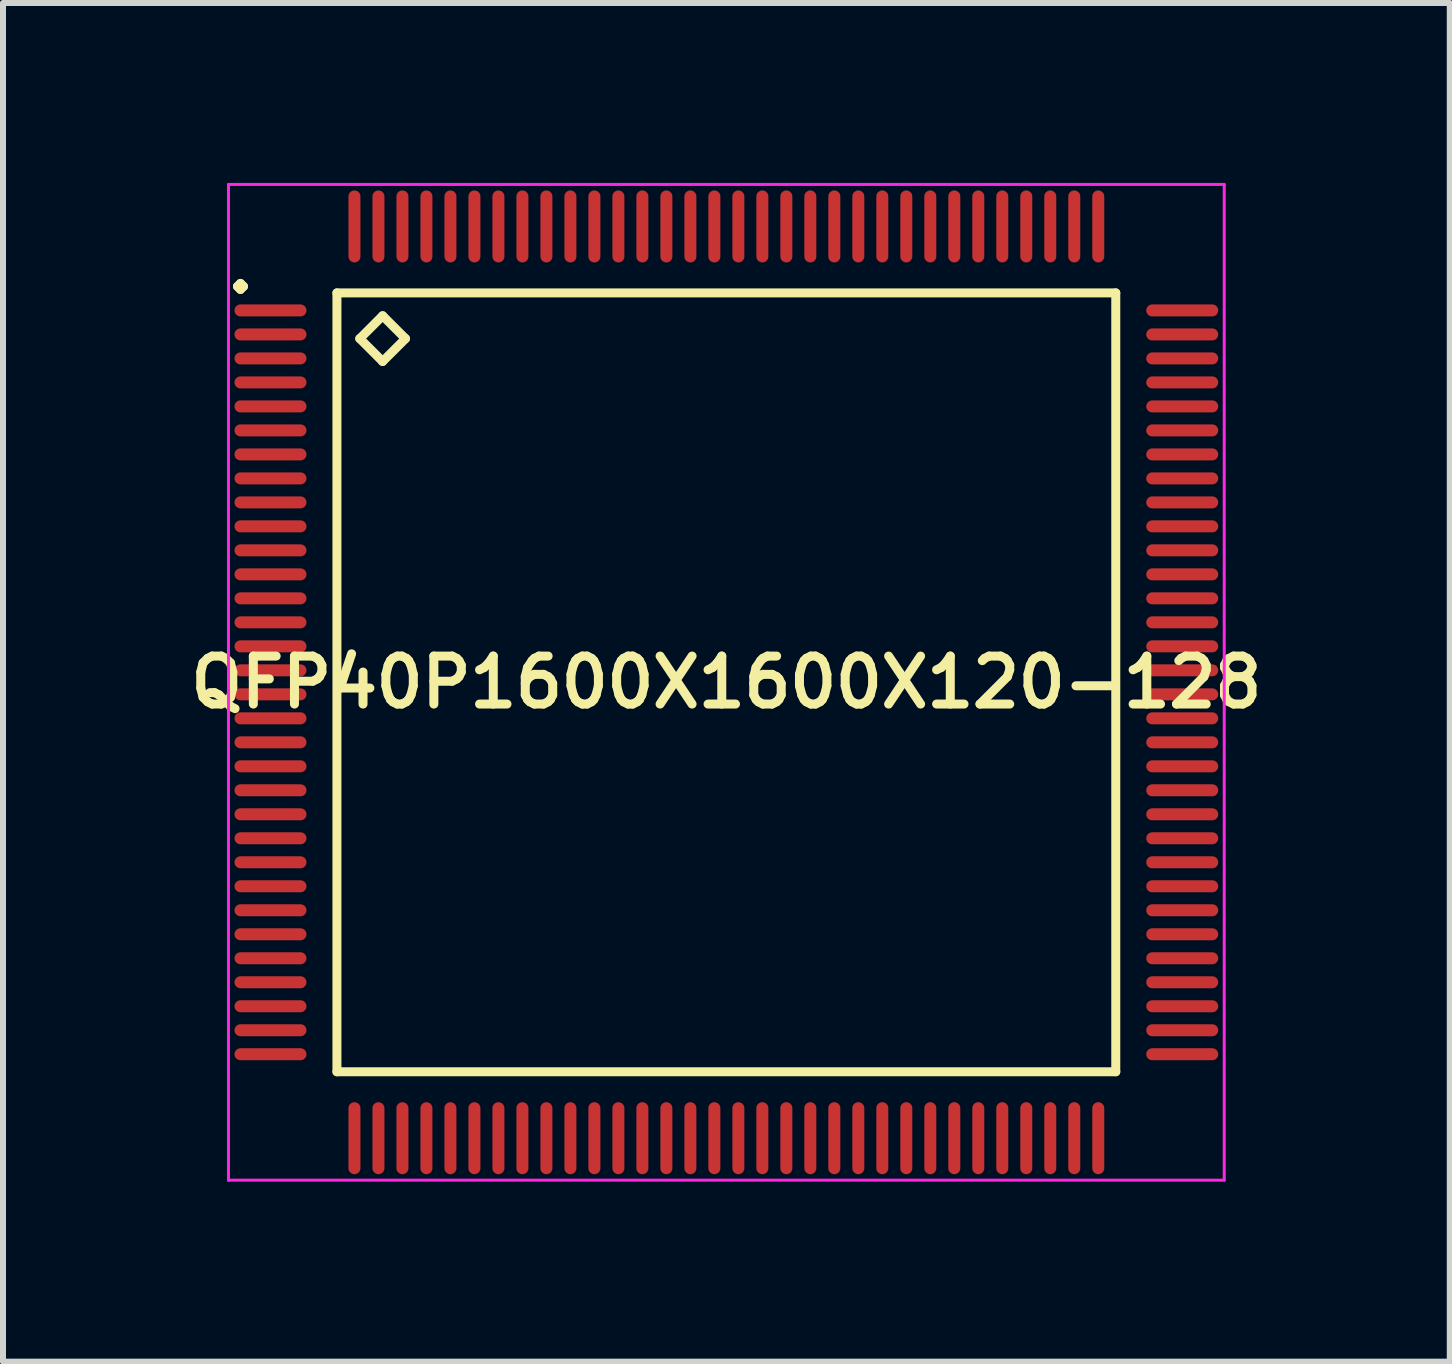
<source format=kicad_pcb>
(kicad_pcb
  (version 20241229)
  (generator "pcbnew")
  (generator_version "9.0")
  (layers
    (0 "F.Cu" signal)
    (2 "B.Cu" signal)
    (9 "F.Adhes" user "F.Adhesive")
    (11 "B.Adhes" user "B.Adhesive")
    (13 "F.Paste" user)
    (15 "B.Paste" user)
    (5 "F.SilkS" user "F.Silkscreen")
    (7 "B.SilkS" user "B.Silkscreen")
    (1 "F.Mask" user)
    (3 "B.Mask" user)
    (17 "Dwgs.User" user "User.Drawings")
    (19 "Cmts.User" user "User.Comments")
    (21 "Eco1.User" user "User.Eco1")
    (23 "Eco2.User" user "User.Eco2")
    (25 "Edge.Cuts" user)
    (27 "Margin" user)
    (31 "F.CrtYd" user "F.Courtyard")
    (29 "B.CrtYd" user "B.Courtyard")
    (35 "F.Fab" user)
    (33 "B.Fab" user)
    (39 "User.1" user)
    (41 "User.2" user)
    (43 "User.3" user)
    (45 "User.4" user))
  (footprint "QFP40P1600X1600X120-128"
    (layer "F.Cu")
    (at 9.059 8.325)
    (property "Reference" "QFP40P1600X1600X120-128" (at 0 0 0) (layer "F.SilkS") (effects (font (size 0.8 0.8) (thickness 0.15))))
    (attr smd)
    (fp_line (start -8.15 -6.6) (end -8.1 -6.65) (stroke (width 0.15) (type solid)) (layer "F.SilkS"))
    (fp_line (start -8.1 -6.65) (end -8.05 -6.6) (stroke (width 0.15) (type solid)) (layer "F.SilkS"))
    (fp_line (start -8.1 -6.55) (end -8.15 -6.6) (stroke (width 0.15) (type solid)) (layer "F.SilkS"))
    (fp_line (start -8.05 -6.6) (end -8.1 -6.55) (stroke (width 0.15) (type solid)) (layer "F.SilkS"))
    (fp_line (start -6.492 -6.492) (end -6.492 6.492) (stroke (width 0.15) (type solid)) (layer "F.SilkS"))
    (fp_line (start -6.492 6.492) (end 6.492 6.492) (stroke (width 0.15) (type solid)) (layer "F.SilkS"))
    (fp_line (start -6.111 -5.73) (end -5.73 -6.111) (stroke (width 0.15) (type solid)) (layer "F.SilkS"))
    (fp_line (start -5.73 -6.111) (end -5.349 -5.73) (stroke (width 0.15) (type solid)) (layer "F.SilkS"))
    (fp_line (start -5.73 -5.349) (end -6.111 -5.73) (stroke (width 0.15) (type solid)) (layer "F.SilkS"))
    (fp_line (start -5.349 -5.73) (end -5.73 -5.349) (stroke (width 0.15) (type solid)) (layer "F.SilkS"))
    (fp_line (start 6.492 -6.492) (end -6.492 -6.492) (stroke (width 0.15) (type solid)) (layer "F.SilkS"))
    (fp_line (start 6.492 6.492) (end 6.492 -6.492) (stroke (width 0.15) (type solid)) (layer "F.SilkS"))
    (fp_line (start -8.3 -8.3) (end 8.3 -8.3) (stroke (width 0.05) (type solid)) (layer "F.CrtYd"))
    (fp_line (start -8.3 8.3) (end -8.3 -8.3) (stroke (width 0.05) (type solid)) (layer "F.CrtYd"))
    (fp_line (start 8.3 -8.3) (end 8.3 8.3) (stroke (width 0.05) (type solid)) (layer "F.CrtYd"))
    (fp_line (start 8.3 8.3) (end -8.3 8.3) (stroke (width 0.05) (type solid)) (layer "F.CrtYd"))
    (pad "1" smd oval (at -7.6 -6.2) (size 1.2 0.2) (layers "F.Cu" "F.Mask" "F.Paste"))
    (pad "2" smd oval (at -7.6 -5.8) (size 1.2 0.2) (layers "F.Cu" "F.Mask" "F.Paste"))
    (pad "3" smd oval (at -7.6 -5.4) (size 1.2 0.2) (layers "F.Cu" "F.Mask" "F.Paste"))
    (pad "4" smd oval (at -7.6 -5) (size 1.2 0.2) (layers "F.Cu" "F.Mask" "F.Paste"))
    (pad "5" smd oval (at -7.6 -4.6) (size 1.2 0.2) (layers "F.Cu" "F.Mask" "F.Paste"))
    (pad "6" smd oval (at -7.6 -4.2) (size 1.2 0.2) (layers "F.Cu" "F.Mask" "F.Paste"))
    (pad "7" smd oval (at -7.6 -3.8) (size 1.2 0.2) (layers "F.Cu" "F.Mask" "F.Paste"))
    (pad "8" smd oval (at -7.6 -3.4) (size 1.2 0.2) (layers "F.Cu" "F.Mask" "F.Paste"))
    (pad "9" smd oval (at -7.6 -3) (size 1.2 0.2) (layers "F.Cu" "F.Mask" "F.Paste"))
    (pad "10" smd oval (at -7.6 -2.6) (size 1.2 0.2) (layers "F.Cu" "F.Mask" "F.Paste"))
    (pad "11" smd oval (at -7.6 -2.2) (size 1.2 0.2) (layers "F.Cu" "F.Mask" "F.Paste"))
    (pad "12" smd oval (at -7.6 -1.8) (size 1.2 0.2) (layers "F.Cu" "F.Mask" "F.Paste"))
    (pad "13" smd oval (at -7.6 -1.4) (size 1.2 0.2) (layers "F.Cu" "F.Mask" "F.Paste"))
    (pad "14" smd oval (at -7.6 -1) (size 1.2 0.2) (layers "F.Cu" "F.Mask" "F.Paste"))
    (pad "15" smd oval (at -7.6 -0.6) (size 1.2 0.2) (layers "F.Cu" "F.Mask" "F.Paste"))
    (pad "16" smd oval (at -7.6 -0.2) (size 1.2 0.2) (layers "F.Cu" "F.Mask" "F.Paste"))
    (pad "17" smd oval (at -7.6 0.2) (size 1.2 0.2) (layers "F.Cu" "F.Mask" "F.Paste"))
    (pad "18" smd oval (at -7.6 0.6) (size 1.2 0.2) (layers "F.Cu" "F.Mask" "F.Paste"))
    (pad "19" smd oval (at -7.6 1) (size 1.2 0.2) (layers "F.Cu" "F.Mask" "F.Paste"))
    (pad "20" smd oval (at -7.6 1.4) (size 1.2 0.2) (layers "F.Cu" "F.Mask" "F.Paste"))
    (pad "21" smd oval (at -7.6 1.8) (size 1.2 0.2) (layers "F.Cu" "F.Mask" "F.Paste"))
    (pad "22" smd oval (at -7.6 2.2) (size 1.2 0.2) (layers "F.Cu" "F.Mask" "F.Paste"))
    (pad "23" smd oval (at -7.6 2.6) (size 1.2 0.2) (layers "F.Cu" "F.Mask" "F.Paste"))
    (pad "24" smd oval (at -7.6 3) (size 1.2 0.2) (layers "F.Cu" "F.Mask" "F.Paste"))
    (pad "25" smd oval (at -7.6 3.4) (size 1.2 0.2) (layers "F.Cu" "F.Mask" "F.Paste"))
    (pad "26" smd oval (at -7.6 3.8) (size 1.2 0.2) (layers "F.Cu" "F.Mask" "F.Paste"))
    (pad "27" smd oval (at -7.6 4.2) (size 1.2 0.2) (layers "F.Cu" "F.Mask" "F.Paste"))
    (pad "28" smd oval (at -7.6 4.6) (size 1.2 0.2) (layers "F.Cu" "F.Mask" "F.Paste"))
    (pad "29" smd oval (at -7.6 5) (size 1.2 0.2) (layers "F.Cu" "F.Mask" "F.Paste"))
    (pad "30" smd oval (at -7.6 5.4) (size 1.2 0.2) (layers "F.Cu" "F.Mask" "F.Paste"))
    (pad "31" smd oval (at -7.6 5.8) (size 1.2 0.2) (layers "F.Cu" "F.Mask" "F.Paste"))
    (pad "32" smd oval (at -7.6 6.2) (size 1.2 0.2) (layers "F.Cu" "F.Mask" "F.Paste"))
    (pad "33" smd oval (at -6.2 7.6) (size 0.2 1.2) (layers "F.Cu" "F.Mask" "F.Paste"))
    (pad "34" smd oval (at -5.8 7.6) (size 0.2 1.2) (layers "F.Cu" "F.Mask" "F.Paste"))
    (pad "35" smd oval (at -5.4 7.6) (size 0.2 1.2) (layers "F.Cu" "F.Mask" "F.Paste"))
    (pad "36" smd oval (at -5 7.6) (size 0.2 1.2) (layers "F.Cu" "F.Mask" "F.Paste"))
    (pad "37" smd oval (at -4.6 7.6) (size 0.2 1.2) (layers "F.Cu" "F.Mask" "F.Paste"))
    (pad "38" smd oval (at -4.2 7.6) (size 0.2 1.2) (layers "F.Cu" "F.Mask" "F.Paste"))
    (pad "39" smd oval (at -3.8 7.6) (size 0.2 1.2) (layers "F.Cu" "F.Mask" "F.Paste"))
    (pad "40" smd oval (at -3.4 7.6) (size 0.2 1.2) (layers "F.Cu" "F.Mask" "F.Paste"))
    (pad "41" smd oval (at -3 7.6) (size 0.2 1.2) (layers "F.Cu" "F.Mask" "F.Paste"))
    (pad "42" smd oval (at -2.6 7.6) (size 0.2 1.2) (layers "F.Cu" "F.Mask" "F.Paste"))
    (pad "43" smd oval (at -2.2 7.6) (size 0.2 1.2) (layers "F.Cu" "F.Mask" "F.Paste"))
    (pad "44" smd oval (at -1.8 7.6) (size 0.2 1.2) (layers "F.Cu" "F.Mask" "F.Paste"))
    (pad "45" smd oval (at -1.4 7.6) (size 0.2 1.2) (layers "F.Cu" "F.Mask" "F.Paste"))
    (pad "46" smd oval (at -1 7.6) (size 0.2 1.2) (layers "F.Cu" "F.Mask" "F.Paste"))
    (pad "47" smd oval (at -0.6 7.6) (size 0.2 1.2) (layers "F.Cu" "F.Mask" "F.Paste"))
    (pad "48" smd oval (at -0.2 7.6) (size 0.2 1.2) (layers "F.Cu" "F.Mask" "F.Paste"))
    (pad "49" smd oval (at 0.2 7.6) (size 0.2 1.2) (layers "F.Cu" "F.Mask" "F.Paste"))
    (pad "50" smd oval (at 0.6 7.6) (size 0.2 1.2) (layers "F.Cu" "F.Mask" "F.Paste"))
    (pad "51" smd oval (at 1 7.6) (size 0.2 1.2) (layers "F.Cu" "F.Mask" "F.Paste"))
    (pad "52" smd oval (at 1.4 7.6) (size 0.2 1.2) (layers "F.Cu" "F.Mask" "F.Paste"))
    (pad "53" smd oval (at 1.8 7.6) (size 0.2 1.2) (layers "F.Cu" "F.Mask" "F.Paste"))
    (pad "54" smd oval (at 2.2 7.6) (size 0.2 1.2) (layers "F.Cu" "F.Mask" "F.Paste"))
    (pad "55" smd oval (at 2.6 7.6) (size 0.2 1.2) (layers "F.Cu" "F.Mask" "F.Paste"))
    (pad "56" smd oval (at 3 7.6) (size 0.2 1.2) (layers "F.Cu" "F.Mask" "F.Paste"))
    (pad "57" smd oval (at 3.4 7.6) (size 0.2 1.2) (layers "F.Cu" "F.Mask" "F.Paste"))
    (pad "58" smd oval (at 3.8 7.6) (size 0.2 1.2) (layers "F.Cu" "F.Mask" "F.Paste"))
    (pad "59" smd oval (at 4.2 7.6) (size 0.2 1.2) (layers "F.Cu" "F.Mask" "F.Paste"))
    (pad "60" smd oval (at 4.6 7.6) (size 0.2 1.2) (layers "F.Cu" "F.Mask" "F.Paste"))
    (pad "61" smd oval (at 5 7.6) (size 0.2 1.2) (layers "F.Cu" "F.Mask" "F.Paste"))
    (pad "62" smd oval (at 5.4 7.6) (size 0.2 1.2) (layers "F.Cu" "F.Mask" "F.Paste"))
    (pad "63" smd oval (at 5.8 7.6) (size 0.2 1.2) (layers "F.Cu" "F.Mask" "F.Paste"))
    (pad "64" smd oval (at 6.2 7.6) (size 0.2 1.2) (layers "F.Cu" "F.Mask" "F.Paste"))
    (pad "65" smd oval (at 7.6 6.2) (size 1.2 0.2) (layers "F.Cu" "F.Mask" "F.Paste"))
    (pad "66" smd oval (at 7.6 5.8) (size 1.2 0.2) (layers "F.Cu" "F.Mask" "F.Paste"))
    (pad "67" smd oval (at 7.6 5.4) (size 1.2 0.2) (layers "F.Cu" "F.Mask" "F.Paste"))
    (pad "68" smd oval (at 7.6 5) (size 1.2 0.2) (layers "F.Cu" "F.Mask" "F.Paste"))
    (pad "69" smd oval (at 7.6 4.6) (size 1.2 0.2) (layers "F.Cu" "F.Mask" "F.Paste"))
    (pad "70" smd oval (at 7.6 4.2) (size 1.2 0.2) (layers "F.Cu" "F.Mask" "F.Paste"))
    (pad "71" smd oval (at 7.6 3.8) (size 1.2 0.2) (layers "F.Cu" "F.Mask" "F.Paste"))
    (pad "72" smd oval (at 7.6 3.4) (size 1.2 0.2) (layers "F.Cu" "F.Mask" "F.Paste"))
    (pad "73" smd oval (at 7.6 3) (size 1.2 0.2) (layers "F.Cu" "F.Mask" "F.Paste"))
    (pad "74" smd oval (at 7.6 2.6) (size 1.2 0.2) (layers "F.Cu" "F.Mask" "F.Paste"))
    (pad "75" smd oval (at 7.6 2.2) (size 1.2 0.2) (layers "F.Cu" "F.Mask" "F.Paste"))
    (pad "76" smd oval (at 7.6 1.8) (size 1.2 0.2) (layers "F.Cu" "F.Mask" "F.Paste"))
    (pad "77" smd oval (at 7.6 1.4) (size 1.2 0.2) (layers "F.Cu" "F.Mask" "F.Paste"))
    (pad "78" smd oval (at 7.6 1) (size 1.2 0.2) (layers "F.Cu" "F.Mask" "F.Paste"))
    (pad "79" smd oval (at 7.6 0.6) (size 1.2 0.2) (layers "F.Cu" "F.Mask" "F.Paste"))
    (pad "80" smd oval (at 7.6 0.2) (size 1.2 0.2) (layers "F.Cu" "F.Mask" "F.Paste"))
    (pad "81" smd oval (at 7.6 -0.2) (size 1.2 0.2) (layers "F.Cu" "F.Mask" "F.Paste"))
    (pad "82" smd oval (at 7.6 -0.6) (size 1.2 0.2) (layers "F.Cu" "F.Mask" "F.Paste"))
    (pad "83" smd oval (at 7.6 -1) (size 1.2 0.2) (layers "F.Cu" "F.Mask" "F.Paste"))
    (pad "84" smd oval (at 7.6 -1.4) (size 1.2 0.2) (layers "F.Cu" "F.Mask" "F.Paste"))
    (pad "85" smd oval (at 7.6 -1.8) (size 1.2 0.2) (layers "F.Cu" "F.Mask" "F.Paste"))
    (pad "86" smd oval (at 7.6 -2.2) (size 1.2 0.2) (layers "F.Cu" "F.Mask" "F.Paste"))
    (pad "87" smd oval (at 7.6 -2.6) (size 1.2 0.2) (layers "F.Cu" "F.Mask" "F.Paste"))
    (pad "88" smd oval (at 7.6 -3) (size 1.2 0.2) (layers "F.Cu" "F.Mask" "F.Paste"))
    (pad "89" smd oval (at 7.6 -3.4) (size 1.2 0.2) (layers "F.Cu" "F.Mask" "F.Paste"))
    (pad "90" smd oval (at 7.6 -3.8) (size 1.2 0.2) (layers "F.Cu" "F.Mask" "F.Paste"))
    (pad "91" smd oval (at 7.6 -4.2) (size 1.2 0.2) (layers "F.Cu" "F.Mask" "F.Paste"))
    (pad "92" smd oval (at 7.6 -4.6) (size 1.2 0.2) (layers "F.Cu" "F.Mask" "F.Paste"))
    (pad "93" smd oval (at 7.6 -5) (size 1.2 0.2) (layers "F.Cu" "F.Mask" "F.Paste"))
    (pad "94" smd oval (at 7.6 -5.4) (size 1.2 0.2) (layers "F.Cu" "F.Mask" "F.Paste"))
    (pad "95" smd oval (at 7.6 -5.8) (size 1.2 0.2) (layers "F.Cu" "F.Mask" "F.Paste"))
    (pad "96" smd oval (at 7.6 -6.2) (size 1.2 0.2) (layers "F.Cu" "F.Mask" "F.Paste"))
    (pad "97" smd oval (at 6.2 -7.6) (size 0.2 1.2) (layers "F.Cu" "F.Mask" "F.Paste"))
    (pad "98" smd oval (at 5.8 -7.6) (size 0.2 1.2) (layers "F.Cu" "F.Mask" "F.Paste"))
    (pad "99" smd oval (at 5.4 -7.6) (size 0.2 1.2) (layers "F.Cu" "F.Mask" "F.Paste"))
    (pad "100" smd oval (at 5 -7.6) (size 0.2 1.2) (layers "F.Cu" "F.Mask" "F.Paste"))
    (pad "101" smd oval (at 4.6 -7.6) (size 0.2 1.2) (layers "F.Cu" "F.Mask" "F.Paste"))
    (pad "102" smd oval (at 4.2 -7.6) (size 0.2 1.2) (layers "F.Cu" "F.Mask" "F.Paste"))
    (pad "103" smd oval (at 3.8 -7.6) (size 0.2 1.2) (layers "F.Cu" "F.Mask" "F.Paste"))
    (pad "104" smd oval (at 3.4 -7.6) (size 0.2 1.2) (layers "F.Cu" "F.Mask" "F.Paste"))
    (pad "105" smd oval (at 3 -7.6) (size 0.2 1.2) (layers "F.Cu" "F.Mask" "F.Paste"))
    (pad "106" smd oval (at 2.6 -7.6) (size 0.2 1.2) (layers "F.Cu" "F.Mask" "F.Paste"))
    (pad "107" smd oval (at 2.2 -7.6) (size 0.2 1.2) (layers "F.Cu" "F.Mask" "F.Paste"))
    (pad "108" smd oval (at 1.8 -7.6) (size 0.2 1.2) (layers "F.Cu" "F.Mask" "F.Paste"))
    (pad "109" smd oval (at 1.4 -7.6) (size 0.2 1.2) (layers "F.Cu" "F.Mask" "F.Paste"))
    (pad "110" smd oval (at 1 -7.6) (size 0.2 1.2) (layers "F.Cu" "F.Mask" "F.Paste"))
    (pad "111" smd oval (at 0.6 -7.6) (size 0.2 1.2) (layers "F.Cu" "F.Mask" "F.Paste"))
    (pad "112" smd oval (at 0.2 -7.6) (size 0.2 1.2) (layers "F.Cu" "F.Mask" "F.Paste"))
    (pad "113" smd oval (at -0.2 -7.6) (size 0.2 1.2) (layers "F.Cu" "F.Mask" "F.Paste"))
    (pad "114" smd oval (at -0.6 -7.6) (size 0.2 1.2) (layers "F.Cu" "F.Mask" "F.Paste"))
    (pad "115" smd oval (at -1 -7.6) (size 0.2 1.2) (layers "F.Cu" "F.Mask" "F.Paste"))
    (pad "116" smd oval (at -1.4 -7.6) (size 0.2 1.2) (layers "F.Cu" "F.Mask" "F.Paste"))
    (pad "117" smd oval (at -1.8 -7.6) (size 0.2 1.2) (layers "F.Cu" "F.Mask" "F.Paste"))
    (pad "118" smd oval (at -2.2 -7.6) (size 0.2 1.2) (layers "F.Cu" "F.Mask" "F.Paste"))
    (pad "119" smd oval (at -2.6 -7.6) (size 0.2 1.2) (layers "F.Cu" "F.Mask" "F.Paste"))
    (pad "120" smd oval (at -3 -7.6) (size 0.2 1.2) (layers "F.Cu" "F.Mask" "F.Paste"))
    (pad "121" smd oval (at -3.4 -7.6) (size 0.2 1.2) (layers "F.Cu" "F.Mask" "F.Paste"))
    (pad "122" smd oval (at -3.8 -7.6) (size 0.2 1.2) (layers "F.Cu" "F.Mask" "F.Paste"))
    (pad "123" smd oval (at -4.2 -7.6) (size 0.2 1.2) (layers "F.Cu" "F.Mask" "F.Paste"))
    (pad "124" smd oval (at -4.6 -7.6) (size 0.2 1.2) (layers "F.Cu" "F.Mask" "F.Paste"))
    (pad "125" smd oval (at -5 -7.6) (size 0.2 1.2) (layers "F.Cu" "F.Mask" "F.Paste"))
    (pad "126" smd oval (at -5.4 -7.6) (size 0.2 1.2) (layers "F.Cu" "F.Mask" "F.Paste"))
    (pad "127" smd oval (at -5.8 -7.6) (size 0.2 1.2) (layers "F.Cu" "F.Mask" "F.Paste"))
    (pad "128" smd oval (at -6.2 -7.6) (size 0.2 1.2) (layers "F.Cu" "F.Mask" "F.Paste")))
  (gr_rect
    (start -3 -3)
    (end 21.119 19.65)
    (stroke (width 0.1) (type default))
    (fill no)
    (layer "Edge.Cuts")))
</source>
